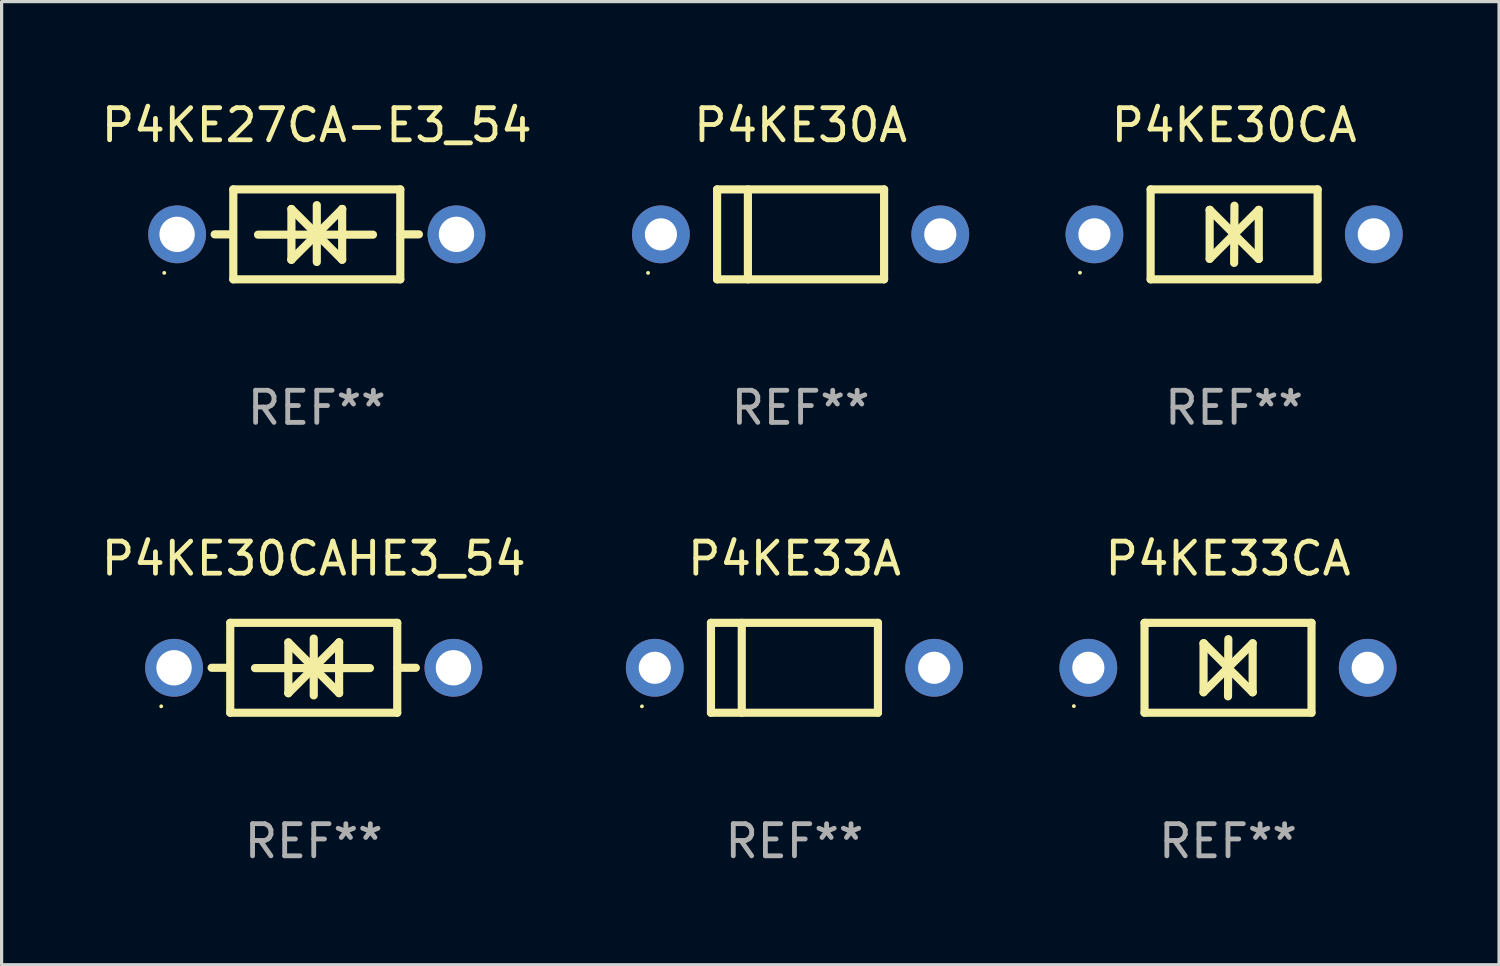
<source format=kicad_pcb>
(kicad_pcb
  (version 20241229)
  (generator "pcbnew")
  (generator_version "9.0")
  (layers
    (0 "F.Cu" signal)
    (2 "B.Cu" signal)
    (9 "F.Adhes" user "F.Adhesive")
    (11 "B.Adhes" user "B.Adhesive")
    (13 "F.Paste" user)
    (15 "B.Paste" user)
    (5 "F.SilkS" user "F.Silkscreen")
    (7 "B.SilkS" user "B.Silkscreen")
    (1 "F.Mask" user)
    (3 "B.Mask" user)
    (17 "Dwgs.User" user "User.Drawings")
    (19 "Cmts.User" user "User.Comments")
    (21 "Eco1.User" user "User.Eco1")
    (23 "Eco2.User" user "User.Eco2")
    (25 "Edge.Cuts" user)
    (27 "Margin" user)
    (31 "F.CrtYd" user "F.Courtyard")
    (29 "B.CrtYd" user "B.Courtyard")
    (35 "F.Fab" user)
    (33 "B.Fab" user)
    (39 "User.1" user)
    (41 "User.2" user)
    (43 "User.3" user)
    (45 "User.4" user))
  (footprint "P4KE27CA-E3_54"
    (layer "F.Cu")
    (at 6.815 4.248)
    (property "Reference" "P4KE27CA-E3_54" (at 0 -3.4 0) (layer "F.SilkS") (effects (font (size 1 1) (thickness 0.15))))
    (attr through_hole)
    (fp_line (start -2.61 0) (end -3.18 0) (stroke (width 0.254) (type solid)) (layer "F.SilkS"))
    (fp_line (start -2.6 1.4) (end -2.6 -1.4) (stroke (width 0.254) (type solid)) (layer "F.SilkS"))
    (fp_line (start -1.83 0.01) (end 1.75 0.01) (stroke (width 0.254) (type solid)) (layer "F.SilkS"))
    (fp_line (start -0.79 -0.79) (end -0.79 0.79) (stroke (width 0.254) (type solid)) (layer "F.SilkS"))
    (fp_line (start -0.79 0.79) (end -0.79 0.79) (stroke (width 0.254) (type solid)) (layer "F.SilkS"))
    (fp_line (start -0.79 0.79) (end 0.000025 0) (stroke (width 0.254) (type solid)) (layer "F.SilkS"))
    (fp_line (start 0 -0.91) (end 0 0.86) (stroke (width 0.254) (type solid)) (layer "F.SilkS"))
    (fp_line (start 0.000025 0) (end -0.79 -0.79) (stroke (width 0.254) (type solid)) (layer "F.SilkS"))
    (fp_line (start 0.000025 0) (end 0.79 0.79) (stroke (width 0.254) (type solid)) (layer "F.SilkS"))
    (fp_line (start 0.79 -0.79) (end 0.000025 0) (stroke (width 0.254) (type solid)) (layer "F.SilkS"))
    (fp_line (start 0.79 -0.79) (end 0.79 -0.79) (stroke (width 0.254) (type solid)) (layer "F.SilkS"))
    (fp_line (start 0.79 0.79) (end 0.79 -0.79) (stroke (width 0.254) (type solid)) (layer "F.SilkS"))
    (fp_line (start 2.6 -1.4) (end -2.6 -1.4) (stroke (width 0.254) (type solid)) (layer "F.SilkS"))
    (fp_line (start 2.6 1.4) (end -2.6 1.4) (stroke (width 0.254) (type solid)) (layer "F.SilkS"))
    (fp_line (start 2.6 1.4) (end 2.6 -1.4) (stroke (width 0.254) (type solid)) (layer "F.SilkS"))
    (fp_line (start 2.61 0) (end 3.18 0) (stroke (width 0.254) (type solid)) (layer "F.SilkS"))
    (fp_circle (center -4.75 1.2) (end -4.72 1.2) (stroke (width 0.06) (type solid)) (fill no) (layer "F.SilkS"))
    (fp_text user "REF**" (at 0 5.4 0) (layer "F.Fab") (effects (font (size 1 1) (thickness 0.15))))
    (pad "1" thru_hole circle (at -4.35 0) (size 1.8 1.8) (drill 1.1) (layers "*.Cu" "*.Mask"))
    (pad "2" thru_hole circle (at 4.35 0) (size 1.8 1.8) (drill 1.1) (layers "*.Cu" "*.Mask")))
  (footprint "P4KE30A"
    (layer "F.Cu")
    (at 21.881 4.248)
    (property "Reference" "P4KE30A" (at 0 -3.4 0) (layer "F.SilkS") (effects (font (size 1 1) (thickness 0.15))))
    (attr through_hole)
    (fp_line (start -2.6 -1.4) (end -2.6 1.4) (stroke (width 0.254) (type solid)) (layer "F.SilkS"))
    (fp_line (start -2.6 -1.4) (end 2.6 -1.4) (stroke (width 0.254) (type solid)) (layer "F.SilkS"))
    (fp_line (start -2.6 1.4) (end 2.6 1.4) (stroke (width 0.254) (type solid)) (layer "F.SilkS"))
    (fp_line (start -1.641 -1.4) (end -1.641 1.4) (stroke (width 0.254) (type solid)) (layer "F.SilkS"))
    (fp_line (start 2.6 -1.4) (end 2.6 1.4) (stroke (width 0.254) (type solid)) (layer "F.SilkS"))
    (fp_circle (center -4.75 1.2) (end -4.72 1.2) (stroke (width 0.06) (type solid)) (fill no) (layer "F.SilkS"))
    (fp_text user "REF**" (at 0 5.4 0) (layer "F.Fab") (effects (font (size 1 1) (thickness 0.15))))
    (pad "1" thru_hole circle (at -4.35 0) (size 1.8 1.8) (drill 1) (layers "*.Cu" "*.Mask"))
    (pad "2" thru_hole circle (at 4.35 0) (size 1.8 1.8) (drill 1) (layers "*.Cu" "*.Mask")))
  (footprint "P4KE33A"
    (layer "F.Cu")
    (at 21.69 17.745)
    (property "Reference" "P4KE33A" (at 0 -3.4 0) (layer "F.SilkS") (effects (font (size 1 1) (thickness 0.15))))
    (attr through_hole)
    (fp_line (start -2.6 -1.4) (end -2.6 1.4) (stroke (width 0.254) (type solid)) (layer "F.SilkS"))
    (fp_line (start -2.6 -1.4) (end 2.6 -1.4) (stroke (width 0.254) (type solid)) (layer "F.SilkS"))
    (fp_line (start -2.6 1.4) (end 2.6 1.4) (stroke (width 0.254) (type solid)) (layer "F.SilkS"))
    (fp_line (start -1.641 -1.4) (end -1.641 1.4) (stroke (width 0.254) (type solid)) (layer "F.SilkS"))
    (fp_line (start 2.6 -1.4) (end 2.6 1.4) (stroke (width 0.254) (type solid)) (layer "F.SilkS"))
    (fp_circle (center -4.75 1.2) (end -4.72 1.2) (stroke (width 0.06) (type solid)) (fill no) (layer "F.SilkS"))
    (fp_text user "REF**" (at 0 5.4 0) (layer "F.Fab") (effects (font (size 1 1) (thickness 0.15))))
    (pad "1" thru_hole circle (at -4.35 0) (size 1.8 1.8) (drill 1) (layers "*.Cu" "*.Mask"))
    (pad "2" thru_hole circle (at 4.35 0) (size 1.8 1.8) (drill 1) (layers "*.Cu" "*.Mask")))
  (footprint "P4KE30CA"
    (layer "F.Cu")
    (at 35.381 4.248)
    (property "Reference" "P4KE30CA" (at 0 -3.4 0) (layer "F.SilkS") (effects (font (size 1 1) (thickness 0.15))))
    (attr through_hole)
    (fp_line (start -2.6 1.4) (end -2.6 -1.4) (stroke (width 0.254) (type solid)) (layer "F.SilkS"))
    (fp_line (start -0.762 -0.762) (end -0.762 0.762) (stroke (width 0.254) (type solid)) (layer "F.SilkS"))
    (fp_line (start -0.762 0.762) (end 0.006 -0.006) (stroke (width 0.254) (type solid)) (layer "F.SilkS"))
    (fp_line (start -0.755 -0.762) (end -0.762 -0.762) (stroke (width 0.254) (type solid)) (layer "F.SilkS"))
    (fp_line (start -0.001 0.004) (end -0.001 0.095) (stroke (width 0.254) (type solid)) (layer "F.SilkS"))
    (fp_line (start 0 0) (end 0.761 0.761) (stroke (width 0.254) (type solid)) (layer "F.SilkS"))
    (fp_line (start 0 0.889) (end 0.01 -0.892) (stroke (width 0.254) (type solid)) (layer "F.SilkS"))
    (fp_line (start 0.005 -0.001) (end -0.755 -0.762) (stroke (width 0.254) (type solid)) (layer "F.SilkS"))
    (fp_line (start 0.006 -0.006) (end 0.006 -0.096) (stroke (width 0.254) (type solid)) (layer "F.SilkS"))
    (fp_line (start 0.761 0.761) (end 0.767 0.761) (stroke (width 0.254) (type solid)) (layer "F.SilkS"))
    (fp_line (start 0.767 -0.763) (end -0.001 0.004) (stroke (width 0.254) (type solid)) (layer "F.SilkS"))
    (fp_line (start 0.767 0.761) (end 0.767 -0.763) (stroke (width 0.254) (type solid)) (layer "F.SilkS"))
    (fp_line (start 2.6 -1.4) (end -2.6 -1.4) (stroke (width 0.254) (type solid)) (layer "F.SilkS"))
    (fp_line (start 2.6 1.4) (end -2.6 1.4) (stroke (width 0.254) (type solid)) (layer "F.SilkS"))
    (fp_line (start 2.6 1.4) (end 2.6 -1.4) (stroke (width 0.254) (type solid)) (layer "F.SilkS"))
    (fp_circle (center -4.8 1.194) (end -4.77 1.194) (stroke (width 0.06) (type solid)) (fill no) (layer "F.SilkS"))
    (fp_text user "REF**" (at 0 5.4 0) (layer "F.Fab") (effects (font (size 1 1) (thickness 0.15))))
    (pad "1" thru_hole circle (at -4.35 0) (size 1.8 1.8) (drill 1) (layers "*.Cu" "*.Mask"))
    (pad "2" thru_hole circle (at 4.35 0) (size 1.8 1.8) (drill 1) (layers "*.Cu" "*.Mask")))
  (footprint "P4KE30CAHE3_54"
    (layer "F.Cu")
    (at 6.72 17.745)
    (property "Reference" "P4KE30CAHE3_54" (at 0 -3.4 0) (layer "F.SilkS") (effects (font (size 1 1) (thickness 0.15))))
    (attr through_hole)
    (fp_line (start -2.61 0) (end -3.18 0) (stroke (width 0.254) (type solid)) (layer "F.SilkS"))
    (fp_line (start -2.6 1.4) (end -2.6 -1.4) (stroke (width 0.254) (type solid)) (layer "F.SilkS"))
    (fp_line (start -1.83 0.01) (end 1.75 0.01) (stroke (width 0.254) (type solid)) (layer "F.SilkS"))
    (fp_line (start -0.79 -0.79) (end -0.79 0.79) (stroke (width 0.254) (type solid)) (layer "F.SilkS"))
    (fp_line (start -0.79 0.79) (end -0.79 0.79) (stroke (width 0.254) (type solid)) (layer "F.SilkS"))
    (fp_line (start -0.79 0.79) (end 0.000025 0) (stroke (width 0.254) (type solid)) (layer "F.SilkS"))
    (fp_line (start 0 -0.91) (end 0 0.86) (stroke (width 0.254) (type solid)) (layer "F.SilkS"))
    (fp_line (start 0.000025 0) (end -0.79 -0.79) (stroke (width 0.254) (type solid)) (layer "F.SilkS"))
    (fp_line (start 0.000025 0) (end 0.79 0.79) (stroke (width 0.254) (type solid)) (layer "F.SilkS"))
    (fp_line (start 0.79 -0.79) (end 0.000025 0) (stroke (width 0.254) (type solid)) (layer "F.SilkS"))
    (fp_line (start 0.79 -0.79) (end 0.79 -0.79) (stroke (width 0.254) (type solid)) (layer "F.SilkS"))
    (fp_line (start 0.79 0.79) (end 0.79 -0.79) (stroke (width 0.254) (type solid)) (layer "F.SilkS"))
    (fp_line (start 2.6 -1.4) (end -2.6 -1.4) (stroke (width 0.254) (type solid)) (layer "F.SilkS"))
    (fp_line (start 2.6 1.4) (end -2.6 1.4) (stroke (width 0.254) (type solid)) (layer "F.SilkS"))
    (fp_line (start 2.6 1.4) (end 2.6 -1.4) (stroke (width 0.254) (type solid)) (layer "F.SilkS"))
    (fp_line (start 2.61 0) (end 3.18 0) (stroke (width 0.254) (type solid)) (layer "F.SilkS"))
    (fp_circle (center -4.75 1.2) (end -4.72 1.2) (stroke (width 0.06) (type solid)) (fill no) (layer "F.SilkS"))
    (fp_text user "REF**" (at 0 5.4 0) (layer "F.Fab") (effects (font (size 1 1) (thickness 0.15))))
    (pad "1" thru_hole circle (at -4.35 0) (size 1.8 1.8) (drill 1.1) (layers "*.Cu" "*.Mask"))
    (pad "2" thru_hole circle (at 4.35 0) (size 1.8 1.8) (drill 1.1) (layers "*.Cu" "*.Mask")))
  (footprint "P4KE33CA"
    (layer "F.Cu")
    (at 35.191 17.745)
    (property "Reference" "P4KE33CA" (at 0 -3.4 0) (layer "F.SilkS") (effects (font (size 1 1) (thickness 0.15))))
    (attr through_hole)
    (fp_line (start -2.6 1.4) (end -2.6 -1.4) (stroke (width 0.254) (type solid)) (layer "F.SilkS"))
    (fp_line (start -0.762 -0.762) (end -0.762 0.762) (stroke (width 0.254) (type solid)) (layer "F.SilkS"))
    (fp_line (start -0.762 0.762) (end 0.006 -0.006) (stroke (width 0.254) (type solid)) (layer "F.SilkS"))
    (fp_line (start -0.755 -0.762) (end -0.762 -0.762) (stroke (width 0.254) (type solid)) (layer "F.SilkS"))
    (fp_line (start -0.001 0.004) (end -0.001 0.095) (stroke (width 0.254) (type solid)) (layer "F.SilkS"))
    (fp_line (start 0 0) (end 0.761 0.761) (stroke (width 0.254) (type solid)) (layer "F.SilkS"))
    (fp_line (start 0 0.889) (end 0.01 -0.892) (stroke (width 0.254) (type solid)) (layer "F.SilkS"))
    (fp_line (start 0.005 -0.001) (end -0.755 -0.762) (stroke (width 0.254) (type solid)) (layer "F.SilkS"))
    (fp_line (start 0.006 -0.006) (end 0.006 -0.096) (stroke (width 0.254) (type solid)) (layer "F.SilkS"))
    (fp_line (start 0.761 0.761) (end 0.767 0.761) (stroke (width 0.254) (type solid)) (layer "F.SilkS"))
    (fp_line (start 0.767 -0.763) (end -0.001 0.004) (stroke (width 0.254) (type solid)) (layer "F.SilkS"))
    (fp_line (start 0.767 0.761) (end 0.767 -0.763) (stroke (width 0.254) (type solid)) (layer "F.SilkS"))
    (fp_line (start 2.6 -1.4) (end -2.6 -1.4) (stroke (width 0.254) (type solid)) (layer "F.SilkS"))
    (fp_line (start 2.6 1.4) (end -2.6 1.4) (stroke (width 0.254) (type solid)) (layer "F.SilkS"))
    (fp_line (start 2.6 1.4) (end 2.6 -1.4) (stroke (width 0.254) (type solid)) (layer "F.SilkS"))
    (fp_circle (center -4.8 1.194) (end -4.77 1.194) (stroke (width 0.06) (type solid)) (fill no) (layer "F.SilkS"))
    (fp_text user "REF**" (at 0 5.4 0) (layer "F.Fab") (effects (font (size 1 1) (thickness 0.15))))
    (pad "1" thru_hole circle (at -4.35 0) (size 1.8 1.8) (drill 1) (layers "*.Cu" "*.Mask"))
    (pad "2" thru_hole circle (at 4.35 0) (size 1.8 1.8) (drill 1) (layers "*.Cu" "*.Mask")))
  (gr_rect
    (start -3 -3)
    (end 43.631 26.993)
    (stroke (width 0.1) (type default))
    (fill no)
    (layer "Edge.Cuts")))
</source>
